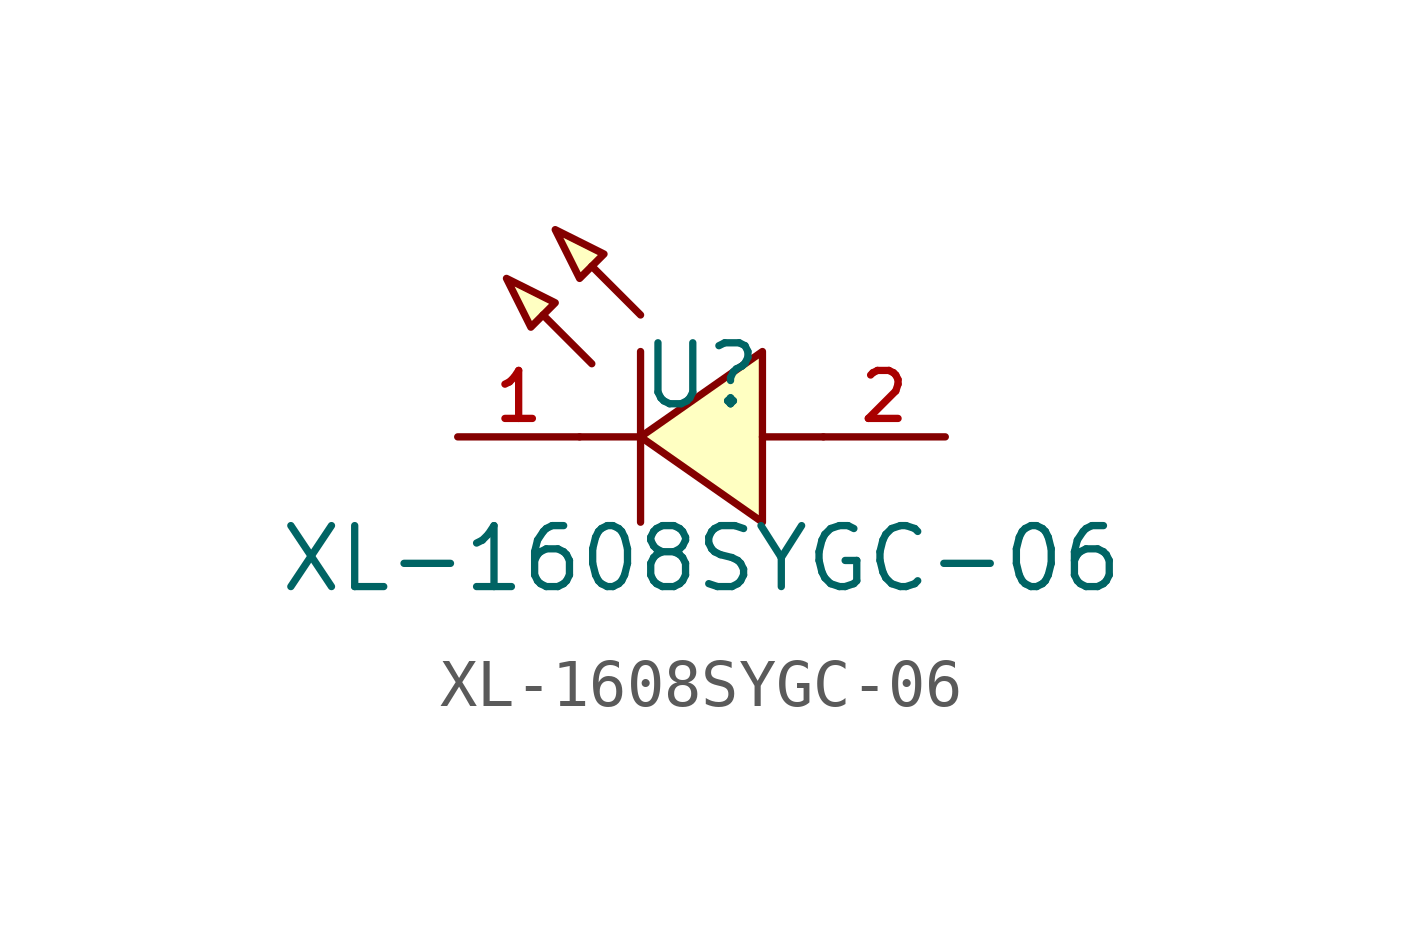
<source format=kicad_sym>
(kicad_symbol_lib
  (version 20210201)
  (generator TousstNicolas/JLC2KiCad_lib)
  (symbol "XL-1608SYGC-06"
    (pin_names hide)
    (property "Reference" "U"
      (at 0 1.27 0)
      (effects (font (size 1.27 1.27))))
    (property "Value" "XL-1608SYGC-06"
      (at 0 -2.54 0)
      (effects (font (size 1.27 1.27))))
    (symbol "XL-1608SYGC-06_0_1"
      (polyline (pts (xy -4.064 3.302) (xy -3.048 2.794) (xy -3.556 2.286) (xy -4.064 3.302)) (stroke (width 0) (type default) (color 0 0 0 0)) (fill (type background)))
      (polyline (pts (xy -3.048 4.318) (xy -2.032 3.81) (xy -2.54 3.302) (xy -3.048 4.318)) (stroke (width 0) (type default) (color 0 0 0 0)) (fill (type background)))
      (polyline (pts (xy -2.286 1.524) (xy -3.302 2.54)) (stroke (width 0) (type default) (color 0 0 0 0)) (fill (type none)))
      (polyline (pts (xy -1.27 2.54) (xy -2.286 3.556)) (stroke (width 0) (type default) (color 0 0 0 0)) (fill (type none)))
      (polyline (pts (xy -1.27 -0.0) (xy -2.54 -0.0)) (stroke (width 0) (type default) (color 0 0 0 0)) (fill (type none)))
      (polyline (pts (xy 2.54 -0.0) (xy 1.27 -0.0)) (stroke (width 0) (type default) (color 0 0 0 0)) (fill (type none)))
      (polyline (pts (xy -1.27 1.778) (xy -1.27 -1.778)) (stroke (width 0) (type default) (color 0 0 0 0)) (fill (type none)))
      (polyline (pts (xy 1.27 1.778) (xy -1.27 -0.0) (xy 1.27 -1.778) (xy 1.27 1.778)) (stroke (width 0) (type default) (color 0 0 0 0)) (fill (type background)))
      (pin unspecified line (at -5.08 -0.0 0) (length 2.54) (name "K" (effects (font (size 1 1)))) (number "1" (effects (font (size 1 1)))))
      (pin unspecified line (at 5.08 -0.0 180) (length 2.54) (name "A" (effects (font (size 1 1)))) (number "2" (effects (font (size 1 1))))))))
</source>
